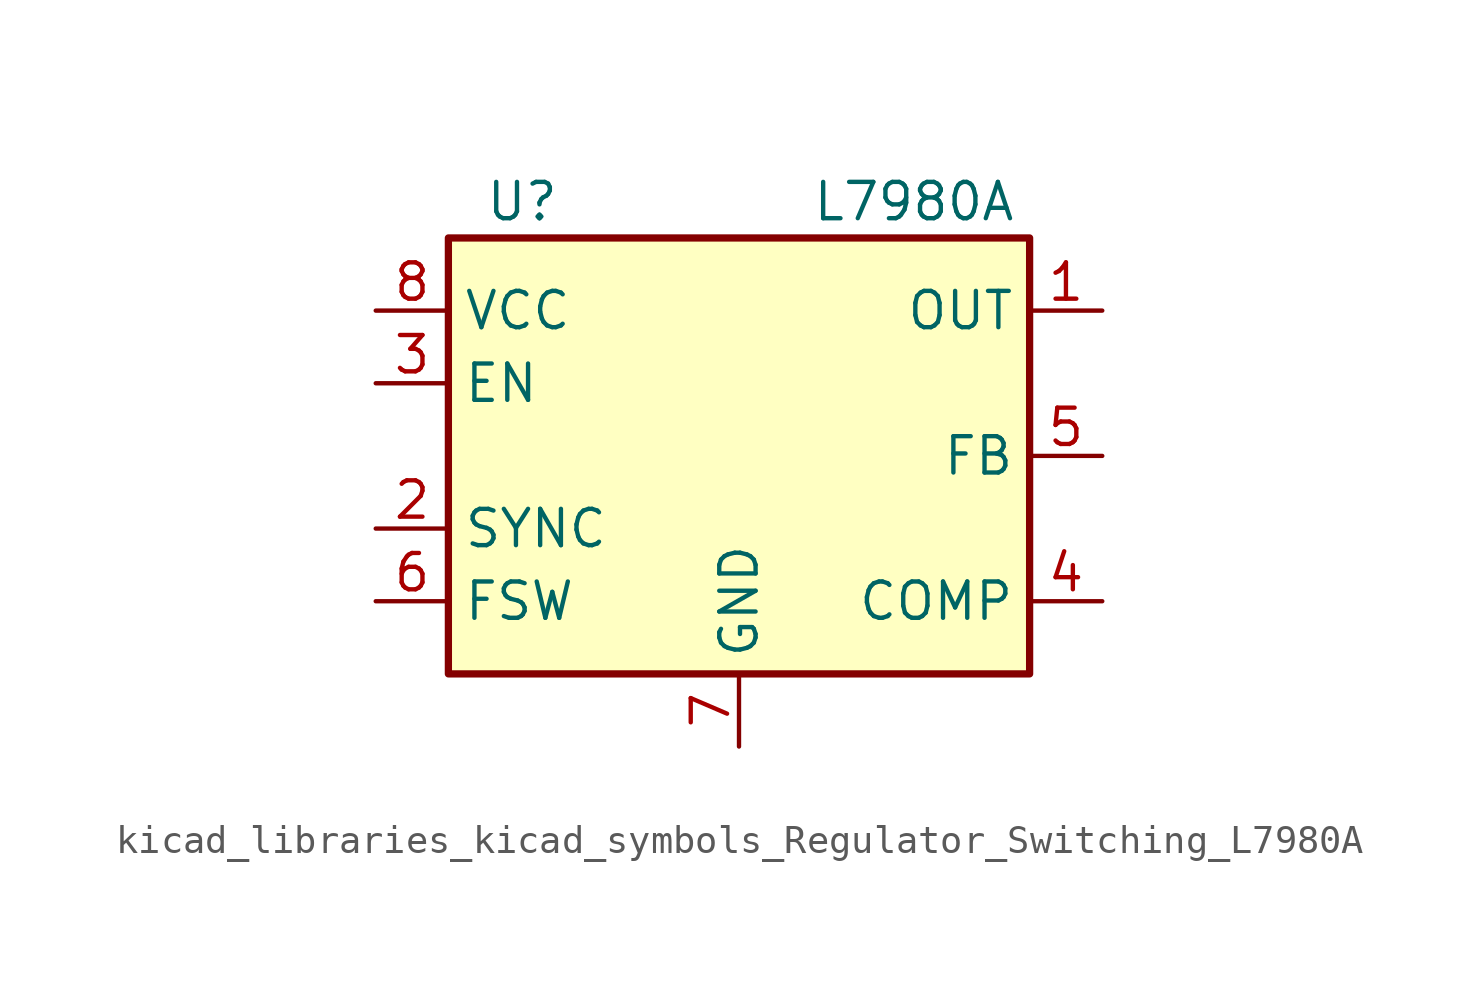
<source format=kicad_sym>
(kicad_symbol_lib
  (version 20220914)
  (generator kicad_symbol_editor)
  (symbol "kicad_libraries_kicad_symbols_Regulator_Switching_L7980A"
    (property "Reference" "U"
      (at -8.89 8.89 0)
      (effects (font (size 1.27 1.27)) (justify left)))
    (property "Value" "L7980A"
      (at 2.54 8.89 0)
      (effects (font (size 1.27 1.27)) (justify left)))
    (symbol "kicad_libraries_kicad_symbols_Regulator_Switching_L7980A_0_1"
      (rectangle (start -10.16 7.62) (end 10.16 -7.62) (stroke (width 0.254) (type default)) (fill (type background))))
    (symbol "kicad_libraries_kicad_symbols_Regulator_Switching_L7980A_1_1"
      (pin output line (at 12.7 5.08 180) (length 2.54) (name "OUT" (effects (font (size 1.27 1.27)))) (number "1" (effects (font (size 1.27 1.27)))))
      (pin bidirectional line (at -12.7 -2.54 0) (length 2.54) (name "SYNC" (effects (font (size 1.27 1.27)))) (number "2" (effects (font (size 1.27 1.27)))))
      (pin input line (at -12.7 2.54 0) (length 2.54) (name "EN" (effects (font (size 1.27 1.27)))) (number "3" (effects (font (size 1.27 1.27)))))
      (pin passive line (at 12.7 -5.08 180) (length 2.54) (name "COMP" (effects (font (size 1.27 1.27)))) (number "4" (effects (font (size 1.27 1.27)))))
      (pin input line (at 12.7 0 180) (length 2.54) (name "FB" (effects (font (size 1.27 1.27)))) (number "5" (effects (font (size 1.27 1.27)))))
      (pin input line (at -12.7 -5.08 0) (length 2.54) (name "FSW" (effects (font (size 1.27 1.27)))) (number "6" (effects (font (size 1.27 1.27)))))
      (pin power_in line (at 0 -10.16 90) (length 2.54) (name "GND" (effects (font (size 1.27 1.27)))) (number "7" (effects (font (size 1.27 1.27)))))
      (pin power_in line (at -12.7 5.08 0) (length 2.54) (name "VCC" (effects (font (size 1.27 1.27)))) (number "8" (effects (font (size 1.27 1.27)))))
      (pin passive line (at 0 -10.16 90) (length 2.54) hide (name "GND" (effects (font (size 1.27 1.27)))) (number "9" (effects (font (size 1.27 1.27))))))))
</source>
